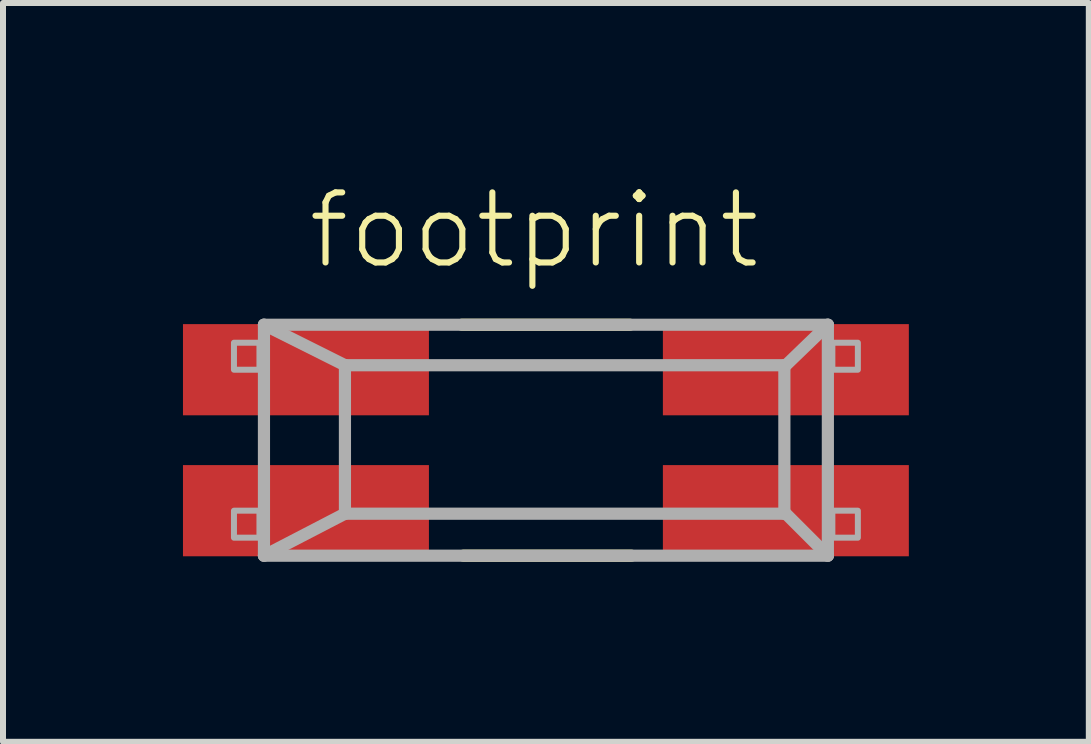
<source format=kicad_pcb>
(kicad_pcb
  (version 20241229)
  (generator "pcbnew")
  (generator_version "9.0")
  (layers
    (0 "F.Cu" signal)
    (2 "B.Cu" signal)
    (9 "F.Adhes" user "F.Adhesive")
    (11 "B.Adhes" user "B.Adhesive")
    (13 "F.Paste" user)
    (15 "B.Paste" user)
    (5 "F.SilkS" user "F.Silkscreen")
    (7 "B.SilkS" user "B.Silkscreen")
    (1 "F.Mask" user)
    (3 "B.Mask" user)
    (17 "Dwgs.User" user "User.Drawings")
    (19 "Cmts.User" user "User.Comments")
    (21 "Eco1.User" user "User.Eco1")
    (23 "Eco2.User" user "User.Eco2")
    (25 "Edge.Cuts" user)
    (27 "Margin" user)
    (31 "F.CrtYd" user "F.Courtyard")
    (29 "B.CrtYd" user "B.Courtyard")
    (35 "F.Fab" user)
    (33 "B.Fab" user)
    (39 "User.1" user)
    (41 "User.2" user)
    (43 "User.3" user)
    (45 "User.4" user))
  (footprint "footprint"
    (layer "F.Cu")
    (at 6.05 4.288)
    (property "Reference" "footprint" (at -4.019 -2.815 0) (layer "F.SilkS") (effects (font (size 1.168 1.168) (thickness 0.102)) (justify left bottom)))
    (fp_line (start -1.4 -1.925) (end 1.4 -1.925) (stroke (width 0.203) (type solid)) (layer "F.SilkS"))
    (fp_line (start 1.425 1.925) (end -1.375 1.925) (stroke (width 0.203) (type solid)) (layer "F.SilkS"))
    (fp_line (start -4.7 -1.925) (end -3.35 -1.25) (stroke (width 0.203) (type solid)) (layer "F.Fab"))
    (fp_line (start -4.7 -1.925) (end 4.7 -1.925) (stroke (width 0.203) (type solid)) (layer "F.Fab"))
    (fp_line (start -4.7 1.925) (end -4.7 -1.925) (stroke (width 0.203) (type solid)) (layer "F.Fab"))
    (fp_line (start -4.7 1.925) (end -3.35 1.225) (stroke (width 0.203) (type solid)) (layer "F.Fab"))
    (fp_line (start -3.35 -1.25) (end -3.35 1.225) (stroke (width 0.203) (type solid)) (layer "F.Fab"))
    (fp_line (start -3.35 -1.25) (end 3.975 -1.25) (stroke (width 0.203) (type solid)) (layer "F.Fab"))
    (fp_line (start 3.975 -1.25) (end 3.975 -1.225) (stroke (width 0.203) (type solid)) (layer "F.Fab"))
    (fp_line (start 3.975 -1.225) (end 3.975 1.2) (stroke (width 0.203) (type solid)) (layer "F.Fab"))
    (fp_line (start 3.975 -1.225) (end 4.7 -1.925) (stroke (width 0.203) (type solid)) (layer "F.Fab"))
    (fp_line (start 3.975 1.2) (end 3.975 1.225) (stroke (width 0.203) (type solid)) (layer "F.Fab"))
    (fp_line (start 3.975 1.2) (end 4.7 1.925) (stroke (width 0.203) (type solid)) (layer "F.Fab"))
    (fp_line (start 3.975 1.225) (end -3.35 1.225) (stroke (width 0.203) (type solid)) (layer "F.Fab"))
    (fp_line (start 4.7 -1.925) (end 4.7 1.925) (stroke (width 0.203) (type solid)) (layer "F.Fab"))
    (fp_line (start 4.7 1.925) (end -4.7 1.925) (stroke (width 0.203) (type solid)) (layer "F.Fab"))
    (fp_poly (pts (xy -5.2 -1.175) (xy -4.775 -1.175) (xy -4.775 -1.625) (xy -5.2 -1.625)) (stroke (width 0.1) (type solid)) (fill no) (layer "F.Fab"))
    (fp_poly (pts (xy -5.2 1.625) (xy -4.775 1.625) (xy -4.775 1.175) (xy -5.2 1.175)) (stroke (width 0.1) (type solid)) (fill no) (layer "F.Fab"))
    (fp_poly (pts (xy 5.2 -1.625) (xy 4.775 -1.625) (xy 4.775 -1.175) (xy 5.2 -1.175)) (stroke (width 0.1) (type solid)) (fill no) (layer "F.Fab"))
    (fp_poly (pts (xy 5.2 1.175) (xy 4.775 1.175) (xy 4.775 1.625) (xy 5.2 1.625)) (stroke (width 0.1) (type solid)) (fill no) (layer "F.Fab"))
    (pad "1" smd rect (at -4 1.175) (size 4.1 1.52) (layers "F.Cu" "F.Mask" "F.Paste"))
    (pad "2" smd rect (at 4 1.175) (size 4.1 1.52) (layers "F.Cu" "F.Mask" "F.Paste"))
    (pad "3" smd rect (at 4 -1.175 180) (size 4.1 1.52) (layers "F.Cu" "F.Mask" "F.Paste"))
    (pad "4" smd rect (at -4 -1.175 180) (size 4.1 1.52) (layers "F.Cu" "F.Mask" "F.Paste")))
  (gr_rect
    (start -3 -3)
    (end 15.1 9.315)
    (stroke (width 0.1) (type default))
    (fill no)
    (layer "Edge.Cuts")))
</source>
